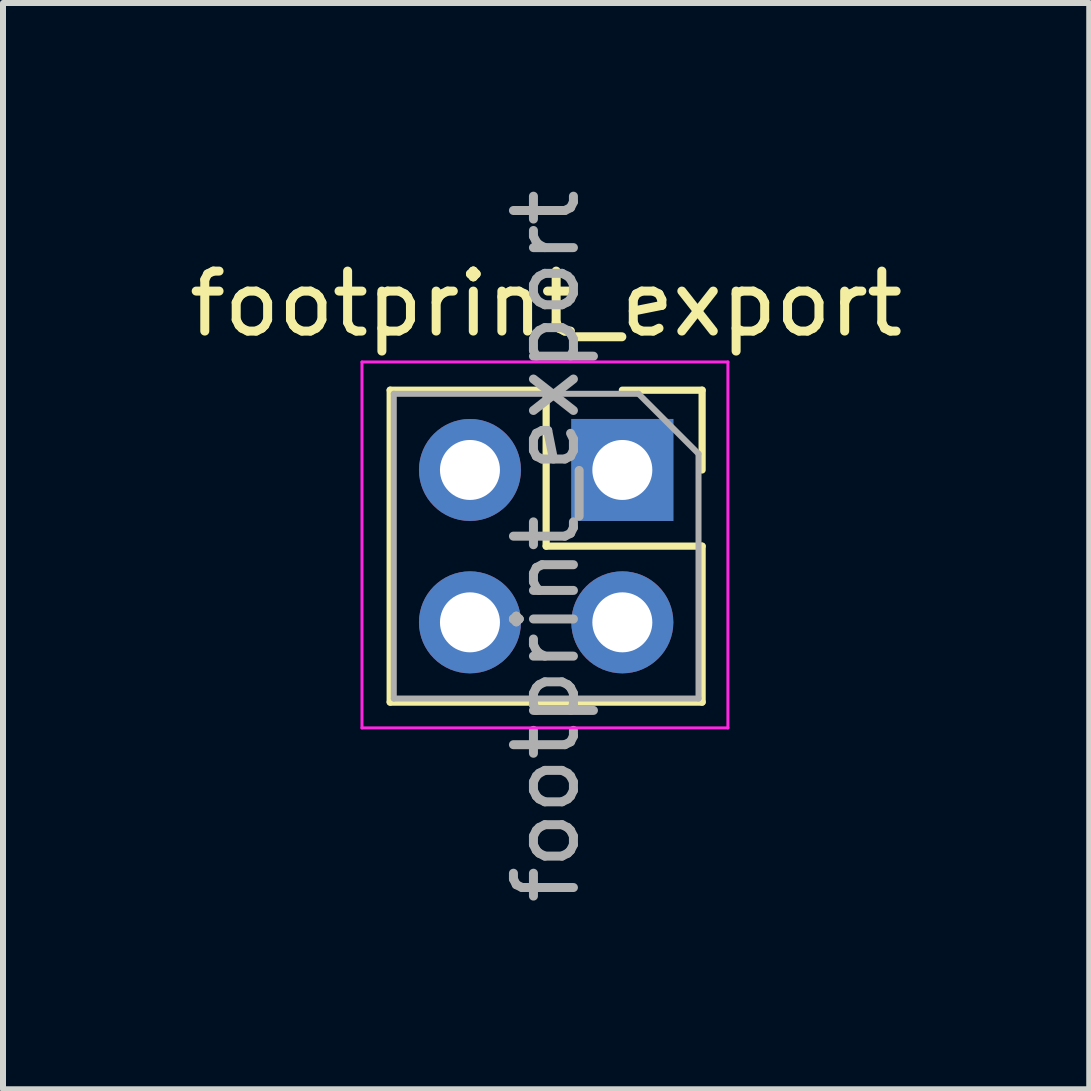
<source format=kicad_pcb>
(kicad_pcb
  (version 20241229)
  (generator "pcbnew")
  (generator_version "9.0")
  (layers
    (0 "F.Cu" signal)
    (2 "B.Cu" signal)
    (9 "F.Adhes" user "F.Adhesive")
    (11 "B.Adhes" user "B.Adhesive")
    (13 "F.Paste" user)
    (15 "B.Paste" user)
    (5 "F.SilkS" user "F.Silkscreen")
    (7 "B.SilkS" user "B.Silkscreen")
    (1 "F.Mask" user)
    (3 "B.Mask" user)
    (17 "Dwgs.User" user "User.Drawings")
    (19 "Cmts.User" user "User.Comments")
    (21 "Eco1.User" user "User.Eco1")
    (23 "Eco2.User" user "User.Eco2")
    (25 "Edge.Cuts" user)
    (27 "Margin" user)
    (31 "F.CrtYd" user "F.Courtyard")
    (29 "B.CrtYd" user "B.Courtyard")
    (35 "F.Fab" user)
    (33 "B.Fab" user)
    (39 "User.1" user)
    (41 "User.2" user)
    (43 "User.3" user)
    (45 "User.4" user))
  (footprint "footprint_export"
    (layer "F.Cu")
    (at 7.324 4.784)
    (property "Reference" "footprint_export" (at -1.27 -2.77 0) (layer "F.SilkS") (effects (font (size 1 1) (thickness 0.15))))
    (attr through_hole)
    (fp_line (start -3.87 -1.33) (end -3.87 3.87) (stroke (width 0.12) (type solid)) (layer "F.SilkS"))
    (fp_line (start -3.87 -1.33) (end -1.27 -1.33) (stroke (width 0.12) (type solid)) (layer "F.SilkS"))
    (fp_line (start -3.87 3.87) (end 1.33 3.87) (stroke (width 0.12) (type solid)) (layer "F.SilkS"))
    (fp_line (start -1.27 -1.33) (end -1.27 1.27) (stroke (width 0.12) (type solid)) (layer "F.SilkS"))
    (fp_line (start -1.27 1.27) (end 1.33 1.27) (stroke (width 0.12) (type solid)) (layer "F.SilkS"))
    (fp_line (start 0 -1.33) (end 1.33 -1.33) (stroke (width 0.12) (type solid)) (layer "F.SilkS"))
    (fp_line (start 1.33 -1.33) (end 1.33 0) (stroke (width 0.12) (type solid)) (layer "F.SilkS"))
    (fp_line (start 1.33 1.27) (end 1.33 3.87) (stroke (width 0.12) (type solid)) (layer "F.SilkS"))
    (fp_line (start -4.34 -1.8) (end 1.76 -1.8) (stroke (width 0.05) (type solid)) (layer "F.CrtYd"))
    (fp_line (start -4.34 4.3) (end -4.34 -1.8) (stroke (width 0.05) (type solid)) (layer "F.CrtYd"))
    (fp_line (start 1.76 -1.8) (end 1.76 4.3) (stroke (width 0.05) (type solid)) (layer "F.CrtYd"))
    (fp_line (start 1.76 4.3) (end -4.34 4.3) (stroke (width 0.05) (type solid)) (layer "F.CrtYd"))
    (fp_line (start -3.81 -1.27) (end 0.27 -1.27) (stroke (width 0.1) (type solid)) (layer "F.Fab"))
    (fp_line (start -3.81 3.81) (end -3.81 -1.27) (stroke (width 0.1) (type solid)) (layer "F.Fab"))
    (fp_line (start 0.27 -1.27) (end 1.27 -0.27) (stroke (width 0.1) (type solid)) (layer "F.Fab"))
    (fp_line (start 1.27 -0.27) (end 1.27 3.81) (stroke (width 0.1) (type solid)) (layer "F.Fab"))
    (fp_line (start 1.27 3.81) (end -3.81 3.81) (stroke (width 0.1) (type solid)) (layer "F.Fab"))
    (fp_text user "${REFERENCE}" (at -1.27 1.27 90) (layer "F.Fab") (effects (font (size 1 1) (thickness 0.15))))
    (pad "1" thru_hole rect (at 0 0) (size 1.7 1.7) (drill 1) (layers "*.Cu" "*.Mask"))
    (pad "2" thru_hole oval (at -2.54 0) (size 1.7 1.7) (drill 1) (layers "*.Cu" "*.Mask"))
    (pad "3" thru_hole oval (at 0 2.54) (size 1.7 1.7) (drill 1) (layers "*.Cu" "*.Mask"))
    (pad "4" thru_hole oval (at -2.54 2.54) (size 1.7 1.7) (drill 1) (layers "*.Cu" "*.Mask")))
  (gr_rect
    (start -3 -3)
    (end 15.107 15.107)
    (stroke (width 0.1) (type default))
    (fill no)
    (layer "Edge.Cuts")))
</source>
